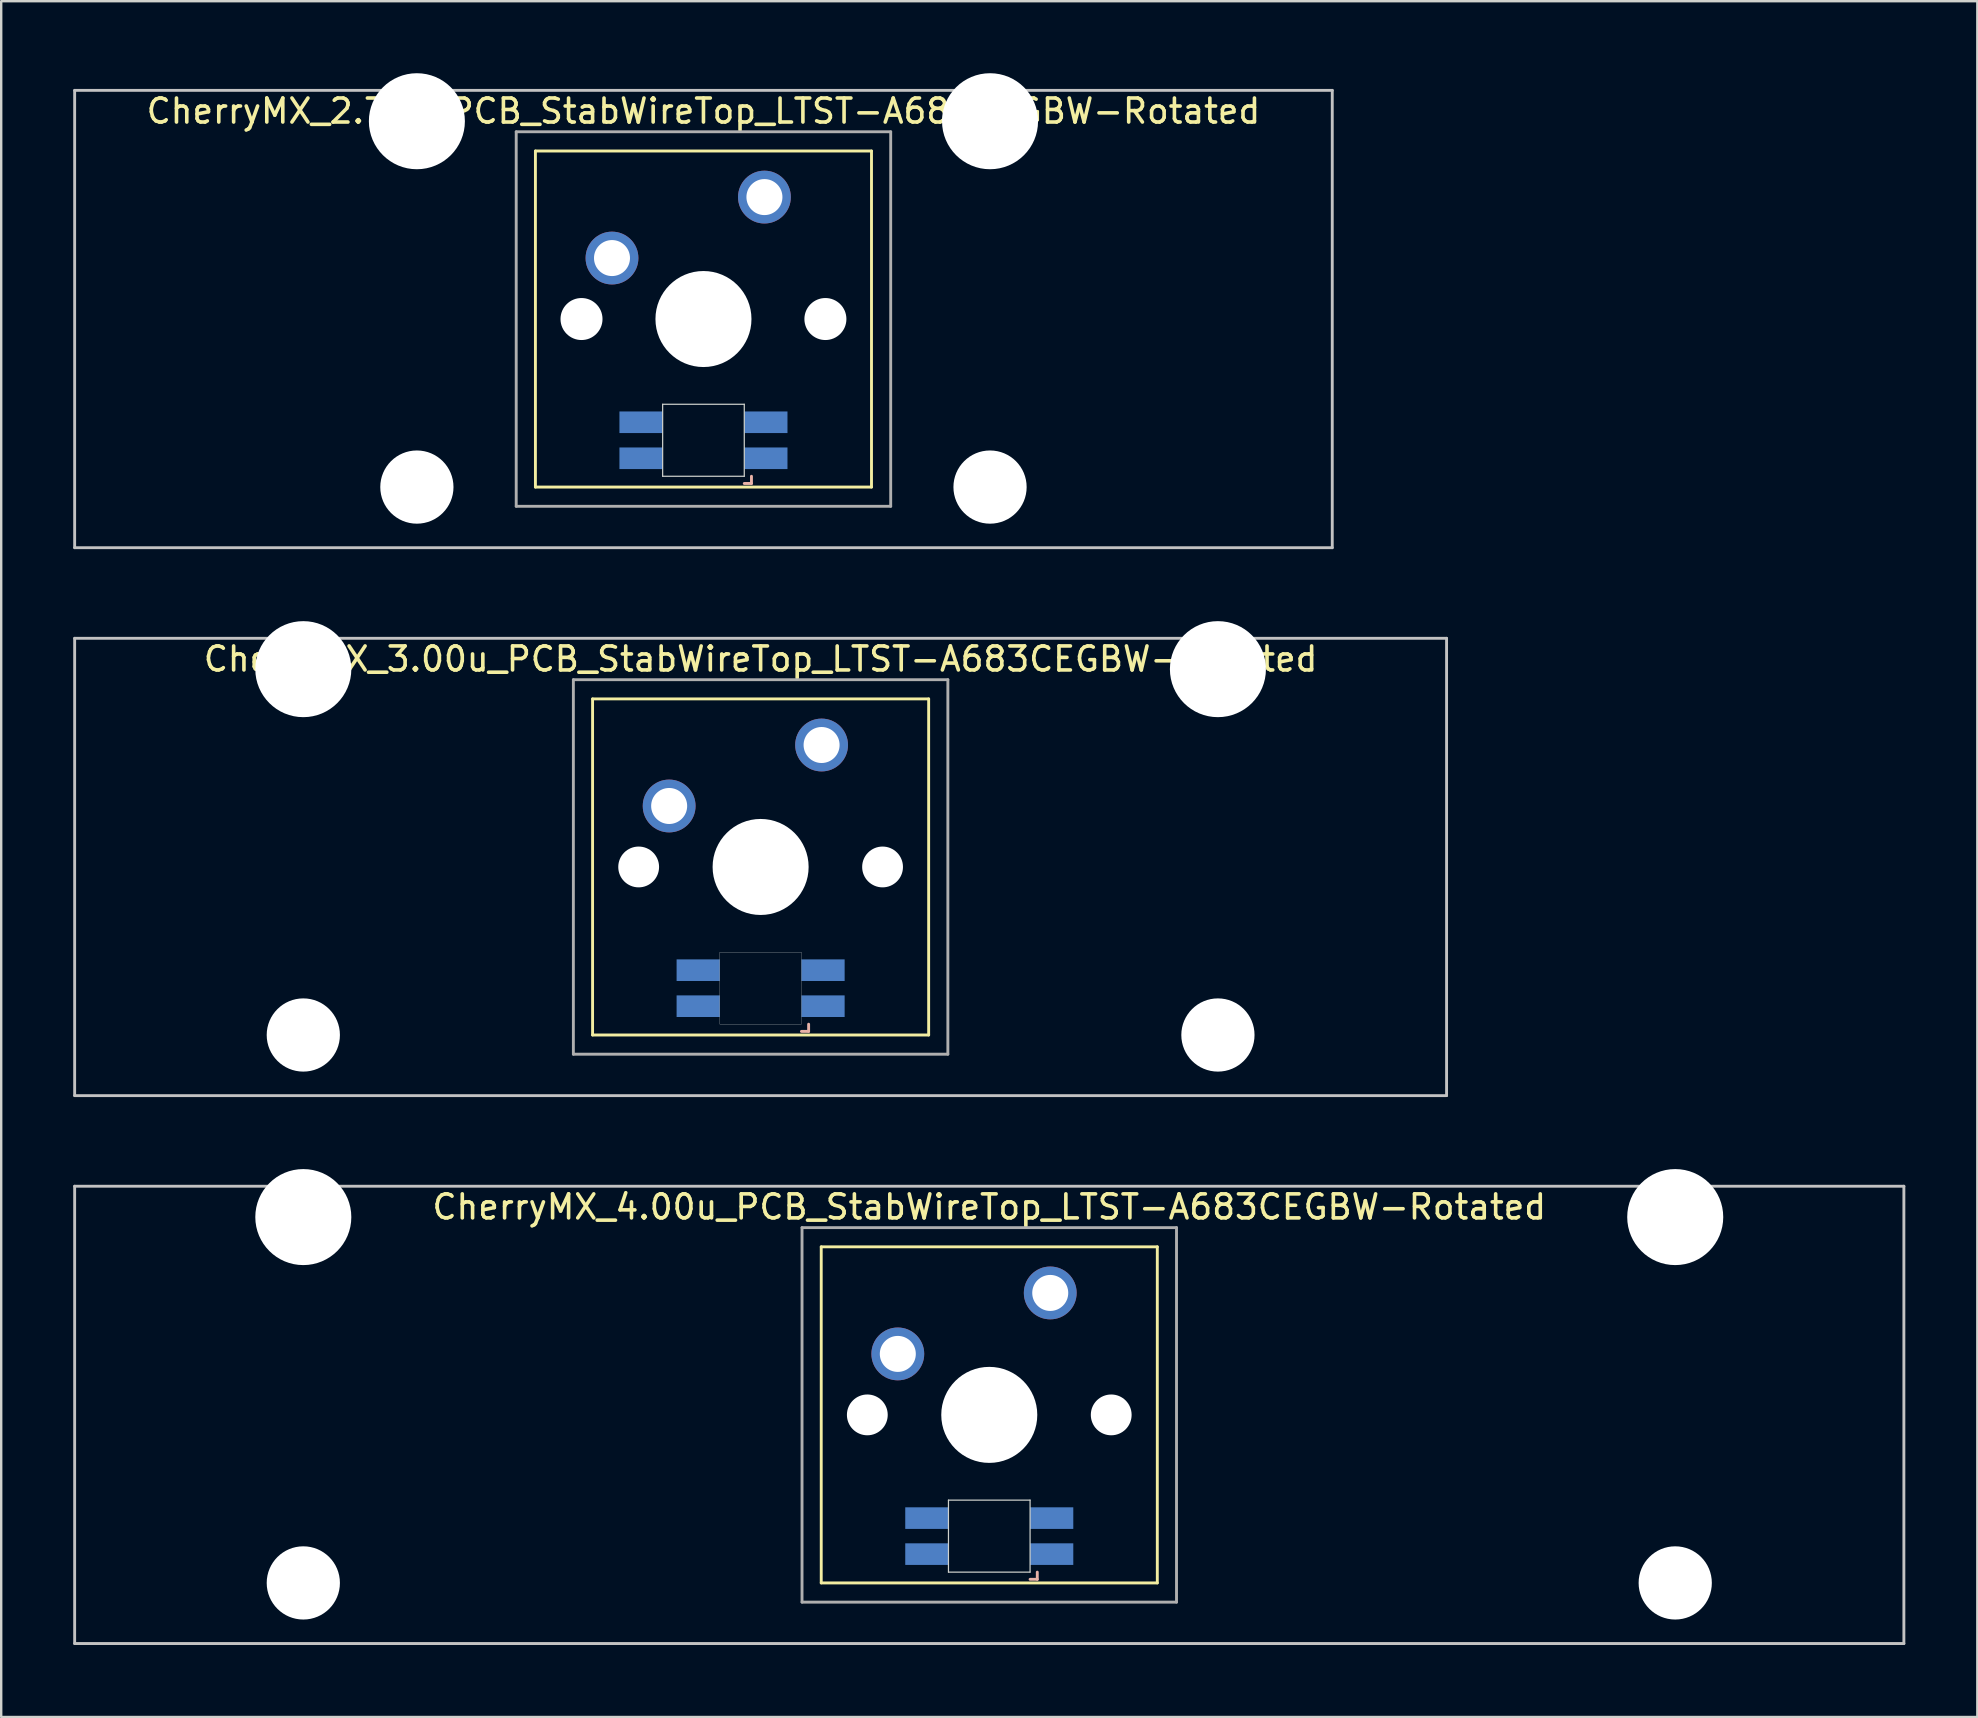
<source format=kicad_pcb>
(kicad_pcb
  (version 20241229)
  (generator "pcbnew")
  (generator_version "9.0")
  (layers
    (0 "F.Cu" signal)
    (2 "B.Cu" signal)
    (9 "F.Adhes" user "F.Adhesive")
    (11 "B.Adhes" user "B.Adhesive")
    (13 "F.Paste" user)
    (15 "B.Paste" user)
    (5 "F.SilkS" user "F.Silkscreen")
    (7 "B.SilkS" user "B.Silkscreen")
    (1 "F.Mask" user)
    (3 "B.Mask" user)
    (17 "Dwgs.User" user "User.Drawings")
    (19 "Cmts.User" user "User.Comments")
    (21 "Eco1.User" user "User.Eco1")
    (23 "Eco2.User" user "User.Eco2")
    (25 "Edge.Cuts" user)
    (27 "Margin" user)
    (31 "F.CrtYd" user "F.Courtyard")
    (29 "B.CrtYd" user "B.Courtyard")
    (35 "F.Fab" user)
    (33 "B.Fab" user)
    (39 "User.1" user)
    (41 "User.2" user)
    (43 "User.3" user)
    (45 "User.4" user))
  (footprint "CherryMX_4.00u_PCB_StabWireTop_LTST-A683CEGBW-Rotated"
    (layer "F.Cu")
    (at 38.16 55.89)
    (property "Reference" "CherryMX_4.00u_PCB_StabWireTop_LTST-A683CEGBW-Rotated" (at 0 -8.662 0) (layer "F.SilkS") (effects (font (size 1 1) (thickness 0.15))))
    (attr through_hole)
    (fp_line (start -7 -7) (end -7 7) (stroke (width 0.12) (type solid)) (layer "F.SilkS"))
    (fp_line (start -7 -7) (end 7 -7) (stroke (width 0.12) (type solid)) (layer "F.SilkS"))
    (fp_line (start 7 -7) (end 7 7) (stroke (width 0.12) (type solid)) (layer "F.SilkS"))
    (fp_line (start 7 7) (end -7 7) (stroke (width 0.12) (type solid)) (layer "F.SilkS"))
    (fp_line (start 1.7 6.85) (end 2 6.85) (stroke (width 0.12) (type solid)) (layer "B.SilkS"))
    (fp_line (start 2 6.85) (end 2 6.55) (stroke (width 0.12) (type solid)) (layer "B.SilkS"))
    (fp_line (start -38.1 -9.525) (end 38.1 -9.525) (stroke (width 0.12) (type solid)) (layer "Dwgs.User"))
    (fp_line (start -38.1 9.525) (end -38.1 -9.525) (stroke (width 0.12) (type solid)) (layer "Dwgs.User"))
    (fp_line (start 38.1 -9.525) (end 38.1 9.525) (stroke (width 0.12) (type solid)) (layer "Dwgs.User"))
    (fp_line (start 38.1 9.525) (end -38.1 9.525) (stroke (width 0.12) (type solid)) (layer "Dwgs.User"))
    (fp_line (start -1.7 3.55) (end 1.7 3.55) (stroke (width 0.05) (type solid)) (layer "Edge.Cuts"))
    (fp_line (start -1.7 6.55) (end -1.7 3.55) (stroke (width 0.05) (type solid)) (layer "Edge.Cuts"))
    (fp_line (start 1.7 3.55) (end 1.7 6.55) (stroke (width 0.05) (type solid)) (layer "Edge.Cuts"))
    (fp_line (start 1.7 6.55) (end -1.7 6.55) (stroke (width 0.05) (type solid)) (layer "Edge.Cuts"))
    (fp_line (start -7.8 -7.8) (end -7.8 7.8) (stroke (width 0.12) (type solid)) (layer "F.Fab"))
    (fp_line (start -7.8 -7.8) (end 7.8 -7.8) (stroke (width 0.12) (type solid)) (layer "F.Fab"))
    (fp_line (start -7.8 7.8) (end 7.8 7.8) (stroke (width 0.12) (type solid)) (layer "F.Fab"))
    (fp_line (start 7.8 -7.8) (end 7.8 7.8) (stroke (width 0.12) (type solid)) (layer "F.Fab"))
    (pad "" np_thru_hole circle (at -28.575 -8.24) (size 4 4) (drill 4) (layers "*.Cu" "*.Mask"))
    (pad "" np_thru_hole circle (at -28.575 7) (size 3.05 3.05) (drill 3.05) (layers "*.Cu" "*.Mask"))
    (pad "" np_thru_hole circle (at -5.08 0) (size 1.7 1.7) (drill 1.7) (layers "*.Cu" "*.Mask"))
    (pad "" np_thru_hole circle (at 0 0) (size 4 4) (drill 4) (layers "*.Cu" "*.Mask"))
    (pad "" np_thru_hole circle (at 5.08 0) (size 1.7 1.7) (drill 1.7) (layers "*.Cu" "*.Mask"))
    (pad "" np_thru_hole circle (at 28.575 -8.24) (size 4 4) (drill 4) (layers "*.Cu" "*.Mask"))
    (pad "" np_thru_hole circle (at 28.575 7) (size 3.05 3.05) (drill 3.05) (layers "*.Cu" "*.Mask"))
    (pad "1" thru_hole circle (at -3.81 -2.54) (size 2.2 2.2) (drill 1.5) (layers "*.Cu" "*.Mask"))
    (pad "2" thru_hole circle (at 2.54 -5.08) (size 2.2 2.2) (drill 1.5) (layers "*.Cu" "*.Mask"))
    (pad "3" smd rect (at 2.6 5.8 180) (size 1.8 0.9) (layers "B.Cu" "B.Mask" "B.Paste"))
    (pad "4" smd rect (at 2.6 4.3 180) (size 1.8 0.9) (layers "B.Cu" "B.Mask" "B.Paste"))
    (pad "5" smd rect (at -2.6 5.8 180) (size 1.8 0.9) (layers "B.Cu" "B.Mask" "B.Paste"))
    (pad "6" smd rect (at -2.6 4.3 180) (size 1.8 0.9) (layers "B.Cu" "B.Mask" "B.Paste")))
  (footprint "CherryMX_2.75u_PCB_StabWireTop_LTST-A683CEGBW-Rotated"
    (layer "F.Cu")
    (at 26.254 10.24)
    (property "Reference" "CherryMX_2.75u_PCB_StabWireTop_LTST-A683CEGBW-Rotated" (at 0 -8.662 0) (layer "F.SilkS") (effects (font (size 1 1) (thickness 0.15))))
    (attr through_hole)
    (fp_line (start -7 -7) (end -7 7) (stroke (width 0.12) (type solid)) (layer "F.SilkS"))
    (fp_line (start -7 -7) (end 7 -7) (stroke (width 0.12) (type solid)) (layer "F.SilkS"))
    (fp_line (start 7 -7) (end 7 7) (stroke (width 0.12) (type solid)) (layer "F.SilkS"))
    (fp_line (start 7 7) (end -7 7) (stroke (width 0.12) (type solid)) (layer "F.SilkS"))
    (fp_line (start 1.7 6.85) (end 2 6.85) (stroke (width 0.12) (type solid)) (layer "B.SilkS"))
    (fp_line (start 2 6.85) (end 2 6.55) (stroke (width 0.12) (type solid)) (layer "B.SilkS"))
    (fp_line (start -26.194 -9.525) (end 26.194 -9.525) (stroke (width 0.12) (type solid)) (layer "Dwgs.User"))
    (fp_line (start -26.194 9.525) (end -26.194 -9.525) (stroke (width 0.12) (type solid)) (layer "Dwgs.User"))
    (fp_line (start 26.194 -9.525) (end 26.194 9.525) (stroke (width 0.12) (type solid)) (layer "Dwgs.User"))
    (fp_line (start 26.194 9.525) (end -26.194 9.525) (stroke (width 0.12) (type solid)) (layer "Dwgs.User"))
    (fp_line (start -1.7 3.55) (end 1.7 3.55) (stroke (width 0.05) (type solid)) (layer "Edge.Cuts"))
    (fp_line (start -1.7 6.55) (end -1.7 3.55) (stroke (width 0.05) (type solid)) (layer "Edge.Cuts"))
    (fp_line (start 1.7 3.55) (end 1.7 6.55) (stroke (width 0.05) (type solid)) (layer "Edge.Cuts"))
    (fp_line (start 1.7 6.55) (end -1.7 6.55) (stroke (width 0.05) (type solid)) (layer "Edge.Cuts"))
    (fp_line (start -7.8 -7.8) (end -7.8 7.8) (stroke (width 0.12) (type solid)) (layer "F.Fab"))
    (fp_line (start -7.8 -7.8) (end 7.8 -7.8) (stroke (width 0.12) (type solid)) (layer "F.Fab"))
    (fp_line (start -7.8 7.8) (end 7.8 7.8) (stroke (width 0.12) (type solid)) (layer "F.Fab"))
    (fp_line (start 7.8 -7.8) (end 7.8 7.8) (stroke (width 0.12) (type solid)) (layer "F.Fab"))
    (pad "" np_thru_hole circle (at -11.938 -8.24) (size 4 4) (drill 4) (layers "*.Cu" "*.Mask"))
    (pad "" np_thru_hole circle (at -11.938 7) (size 3.05 3.05) (drill 3.05) (layers "*.Cu" "*.Mask"))
    (pad "" np_thru_hole circle (at -5.08 0) (size 1.75 1.75) (drill 1.75) (layers "*.Cu" "*.Mask"))
    (pad "" np_thru_hole circle (at 0 0) (size 4 4) (drill 4) (layers "*.Cu" "*.Mask"))
    (pad "" np_thru_hole circle (at 5.08 0) (size 1.75 1.75) (drill 1.75) (layers "*.Cu" "*.Mask"))
    (pad "" np_thru_hole circle (at 11.938 -8.24) (size 4 4) (drill 4) (layers "*.Cu" "*.Mask"))
    (pad "" np_thru_hole circle (at 11.938 7) (size 3.05 3.05) (drill 3.05) (layers "*.Cu" "*.Mask"))
    (pad "1" thru_hole circle (at -3.81 -2.54) (size 2.2 2.2) (drill 1.5) (layers "*.Cu" "*.Mask"))
    (pad "2" thru_hole circle (at 2.54 -5.08) (size 2.2 2.2) (drill 1.5) (layers "*.Cu" "*.Mask"))
    (pad "3" smd rect (at 2.6 5.8 180) (size 1.8 0.9) (layers "B.Cu" "B.Mask" "B.Paste"))
    (pad "4" smd rect (at 2.6 4.3 180) (size 1.8 0.9) (layers "B.Cu" "B.Mask" "B.Paste"))
    (pad "5" smd rect (at -2.6 5.8 180) (size 1.8 0.9) (layers "B.Cu" "B.Mask" "B.Paste"))
    (pad "6" smd rect (at -2.6 4.3 180) (size 1.8 0.9) (layers "B.Cu" "B.Mask" "B.Paste")))
  (footprint "CherryMX_3.00u_PCB_StabWireTop_LTST-A683CEGBW-Rotated"
    (layer "F.Cu")
    (at 28.635 33.065)
    (property "Reference" "CherryMX_3.00u_PCB_StabWireTop_LTST-A683CEGBW-Rotated" (at 0 -8.662 0) (layer "F.SilkS") (effects (font (size 1 1) (thickness 0.15))))
    (attr through_hole)
    (fp_line (start -7 -7) (end -7 7) (stroke (width 0.12) (type solid)) (layer "F.SilkS"))
    (fp_line (start -7 -7) (end 7 -7) (stroke (width 0.12) (type solid)) (layer "F.SilkS"))
    (fp_line (start 7 -7) (end 7 7) (stroke (width 0.12) (type solid)) (layer "F.SilkS"))
    (fp_line (start 7 7) (end -7 7) (stroke (width 0.12) (type solid)) (layer "F.SilkS"))
    (fp_line (start 1.7 6.85) (end 2 6.85) (stroke (width 0.12) (type solid)) (layer "B.SilkS"))
    (fp_line (start 2 6.85) (end 2 6.55) (stroke (width 0.12) (type solid)) (layer "B.SilkS"))
    (fp_line (start -28.575 -9.525) (end 28.575 -9.525) (stroke (width 0.12) (type solid)) (layer "Dwgs.User"))
    (fp_line (start -28.575 9.525) (end -28.575 -9.525) (stroke (width 0.12) (type solid)) (layer "Dwgs.User"))
    (fp_line (start 28.575 -9.525) (end 28.575 9.525) (stroke (width 0.12) (type solid)) (layer "Dwgs.User"))
    (fp_line (start 28.575 9.525) (end -28.575 9.525) (stroke (width 0.12) (type solid)) (layer "Dwgs.User"))
    (fp_poly (pts (xy -1.7 3.55) (xy 1.7 3.55) (xy 1.7 6.55) (xy -1.7 6.55)) (stroke (width 0.01) (type solid)) (fill no) (layer "Edge.Cuts"))
    (fp_line (start -7.8 -7.8) (end -7.8 7.8) (stroke (width 0.12) (type solid)) (layer "F.Fab"))
    (fp_line (start -7.8 -7.8) (end 7.8 -7.8) (stroke (width 0.12) (type solid)) (layer "F.Fab"))
    (fp_line (start -7.8 7.8) (end 7.8 7.8) (stroke (width 0.12) (type solid)) (layer "F.Fab"))
    (fp_line (start 7.8 -7.8) (end 7.8 7.8) (stroke (width 0.12) (type solid)) (layer "F.Fab"))
    (pad "" np_thru_hole circle (at -19.05 -8.24) (size 4 4) (drill 4) (layers "*.Cu" "*.Mask"))
    (pad "" np_thru_hole circle (at -19.05 7) (size 3.05 3.05) (drill 3.05) (layers "*.Cu" "*.Mask"))
    (pad "" np_thru_hole circle (at -5.08 0) (size 1.7 1.7) (drill 1.7) (layers "*.Cu" "*.Mask"))
    (pad "" np_thru_hole circle (at 0 0) (size 4 4) (drill 4) (layers "*.Cu" "*.Mask"))
    (pad "" np_thru_hole circle (at 5.08 0) (size 1.7 1.7) (drill 1.7) (layers "*.Cu" "*.Mask"))
    (pad "" np_thru_hole circle (at 19.05 -8.24) (size 4 4) (drill 4) (layers "*.Cu" "*.Mask"))
    (pad "" np_thru_hole circle (at 19.05 7) (size 3.05 3.05) (drill 3.05) (layers "*.Cu" "*.Mask"))
    (pad "1" thru_hole circle (at -3.81 -2.54) (size 2.2 2.2) (drill 1.5) (layers "*.Cu" "*.Mask"))
    (pad "2" thru_hole circle (at 2.54 -5.08) (size 2.2 2.2) (drill 1.5) (layers "*.Cu" "*.Mask"))
    (pad "3" smd rect (at 2.6 5.8 180) (size 1.8 0.9) (layers "B.Cu" "B.Mask" "B.Paste"))
    (pad "4" smd rect (at 2.6 4.3 180) (size 1.8 0.9) (layers "B.Cu" "B.Mask" "B.Paste"))
    (pad "5" smd rect (at -2.6 5.8 180) (size 1.8 0.9) (layers "B.Cu" "B.Mask" "B.Paste"))
    (pad "6" smd rect (at -2.6 4.3 180) (size 1.8 0.9) (layers "B.Cu" "B.Mask" "B.Paste")))
  (gr_rect
    (start -3 -3)
    (end 79.32 68.475)
    (stroke (width 0.1) (type default))
    (fill no)
    (layer "Edge.Cuts")))
</source>
